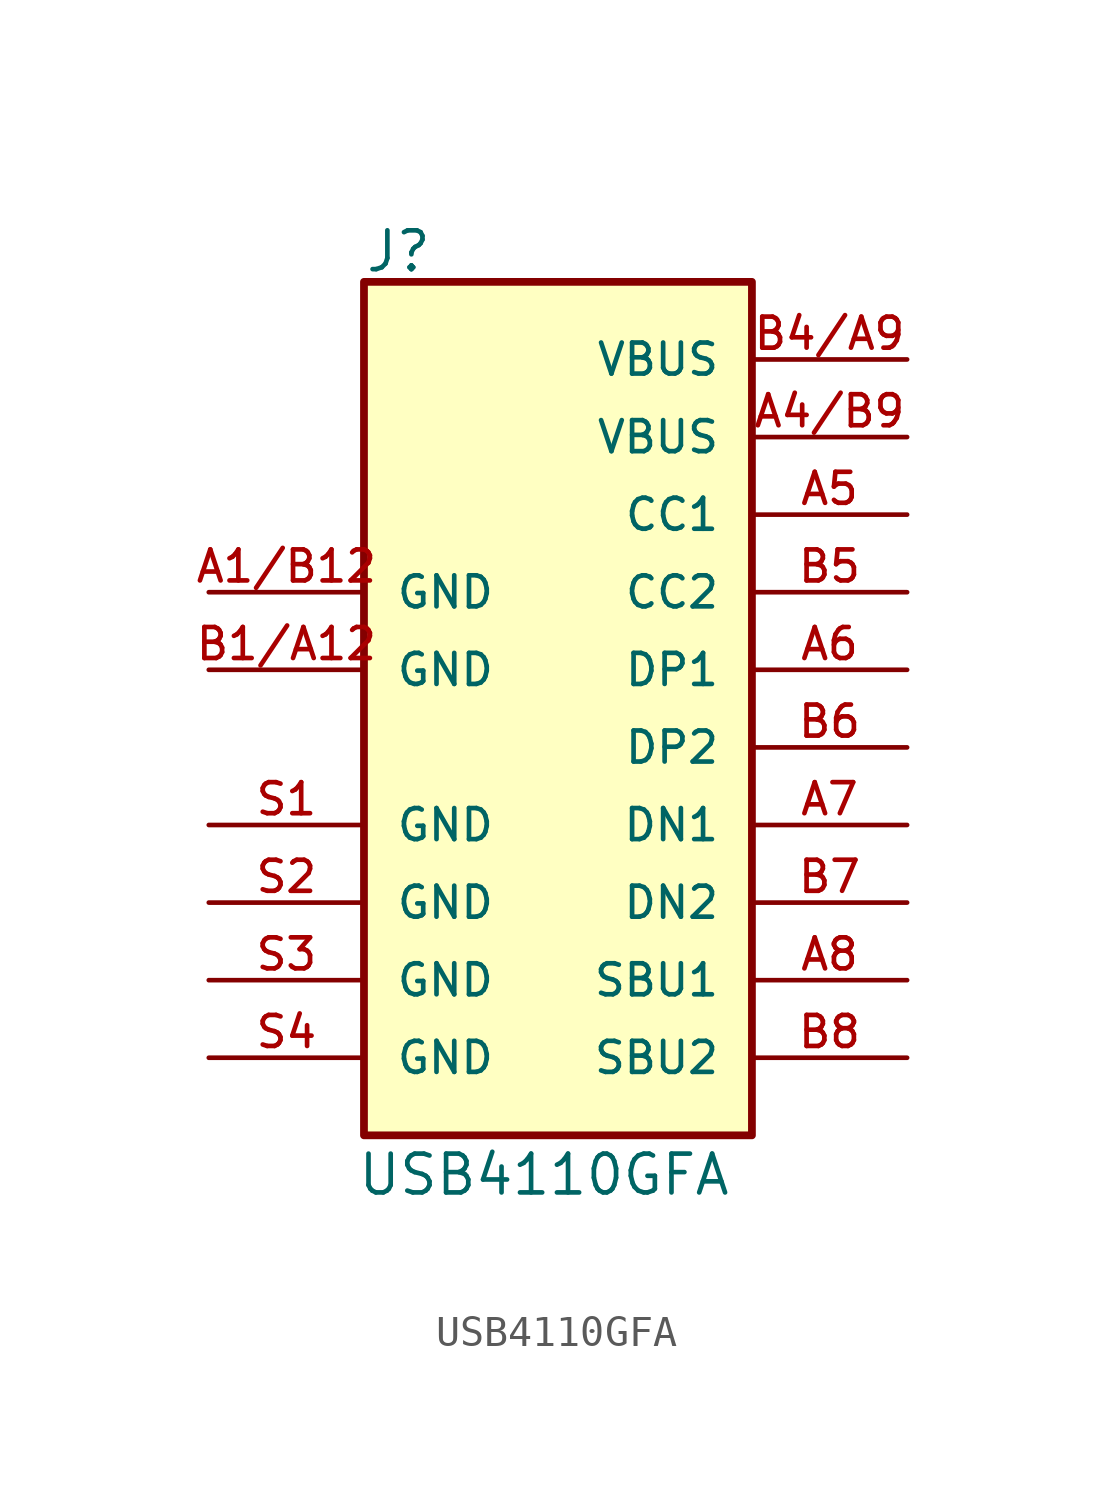
<source format=kicad_sym>
(kicad_symbol_lib
  (version 20241209)
  (generator "kicad_symbol_editor")
  (generator_version "9.0")
  (symbol "USB4110GFA"
    (pin_names
      (offset 1.016))
    (property "Reference" "J"
      (at 0 10.414 0)
      (effects (font (size 1.27 1.27)) (justify left bottom)))
    (property "Value" "USB4110GFA"
      (at -0.254 -19.812 0)
      (effects (font (size 1.27 1.27)) (justify left bottom)))
    (symbol "USB4110GFA_0_0"
      (rectangle (start 0 10.16) (end 12.7 -17.78) (stroke (width 0.254) (type default)) (fill (type background)))
      (pin power_in line (at -5.08 0 0) (length 5.08) (name "GND" (effects (font (size 1.016 1.016)))) (number "A1/B12" (effects (font (size 1.016 1.016)))))
      (pin power_in line (at -5.08 -2.54 0) (length 5.08) (name "GND" (effects (font (size 1.016 1.016)))) (number "B1/A12" (effects (font (size 1.016 1.016)))))
      (pin power_in line (at -5.08 -7.62 0) (length 5.08) (name "GND" (effects (font (size 1.016 1.016)))) (number "S1" (effects (font (size 1.016 1.016)))))
      (pin power_in line (at -5.08 -10.16 0) (length 5.08) (name "GND" (effects (font (size 1.016 1.016)))) (number "S2" (effects (font (size 1.016 1.016)))))
      (pin power_in line (at -5.08 -12.7 0) (length 5.08) (name "GND" (effects (font (size 1.016 1.016)))) (number "S3" (effects (font (size 1.016 1.016)))))
      (pin power_in line (at -5.08 -15.24 0) (length 5.08) (name "GND" (effects (font (size 1.016 1.016)))) (number "S4" (effects (font (size 1.016 1.016)))))
      (pin power_in line (at 17.78 7.62 180) (length 5.08) (name "VBUS" (effects (font (size 1.016 1.016)))) (number "B4/A9" (effects (font (size 1.016 1.016)))))
      (pin power_in line (at 17.78 5.08 180) (length 5.08) (name "VBUS" (effects (font (size 1.016 1.016)))) (number "A4/B9" (effects (font (size 1.016 1.016)))))
      (pin bidirectional line (at 17.78 2.54 180) (length 5.08) (name "CC1" (effects (font (size 1.016 1.016)))) (number "A5" (effects (font (size 1.016 1.016)))))
      (pin bidirectional line (at 17.78 0 180) (length 5.08) (name "CC2" (effects (font (size 1.016 1.016)))) (number "B5" (effects (font (size 1.016 1.016)))))
      (pin bidirectional line (at 17.78 -2.54 180) (length 5.08) (name "DP1" (effects (font (size 1.016 1.016)))) (number "A6" (effects (font (size 1.016 1.016)))))
      (pin bidirectional line (at 17.78 -5.08 180) (length 5.08) (name "DP2" (effects (font (size 1.016 1.016)))) (number "B6" (effects (font (size 1.016 1.016)))))
      (pin bidirectional line (at 17.78 -7.62 180) (length 5.08) (name "DN1" (effects (font (size 1.016 1.016)))) (number "A7" (effects (font (size 1.016 1.016)))))
      (pin bidirectional line (at 17.78 -10.16 180) (length 5.08) (name "DN2" (effects (font (size 1.016 1.016)))) (number "B7" (effects (font (size 1.016 1.016)))))
      (pin bidirectional line (at 17.78 -12.7 180) (length 5.08) (name "SBU1" (effects (font (size 1.016 1.016)))) (number "A8" (effects (font (size 1.016 1.016)))))
      (pin bidirectional line (at 17.78 -15.24 180) (length 5.08) (name "SBU2" (effects (font (size 1.016 1.016)))) (number "B8" (effects (font (size 1.016 1.016))))))))
</source>
